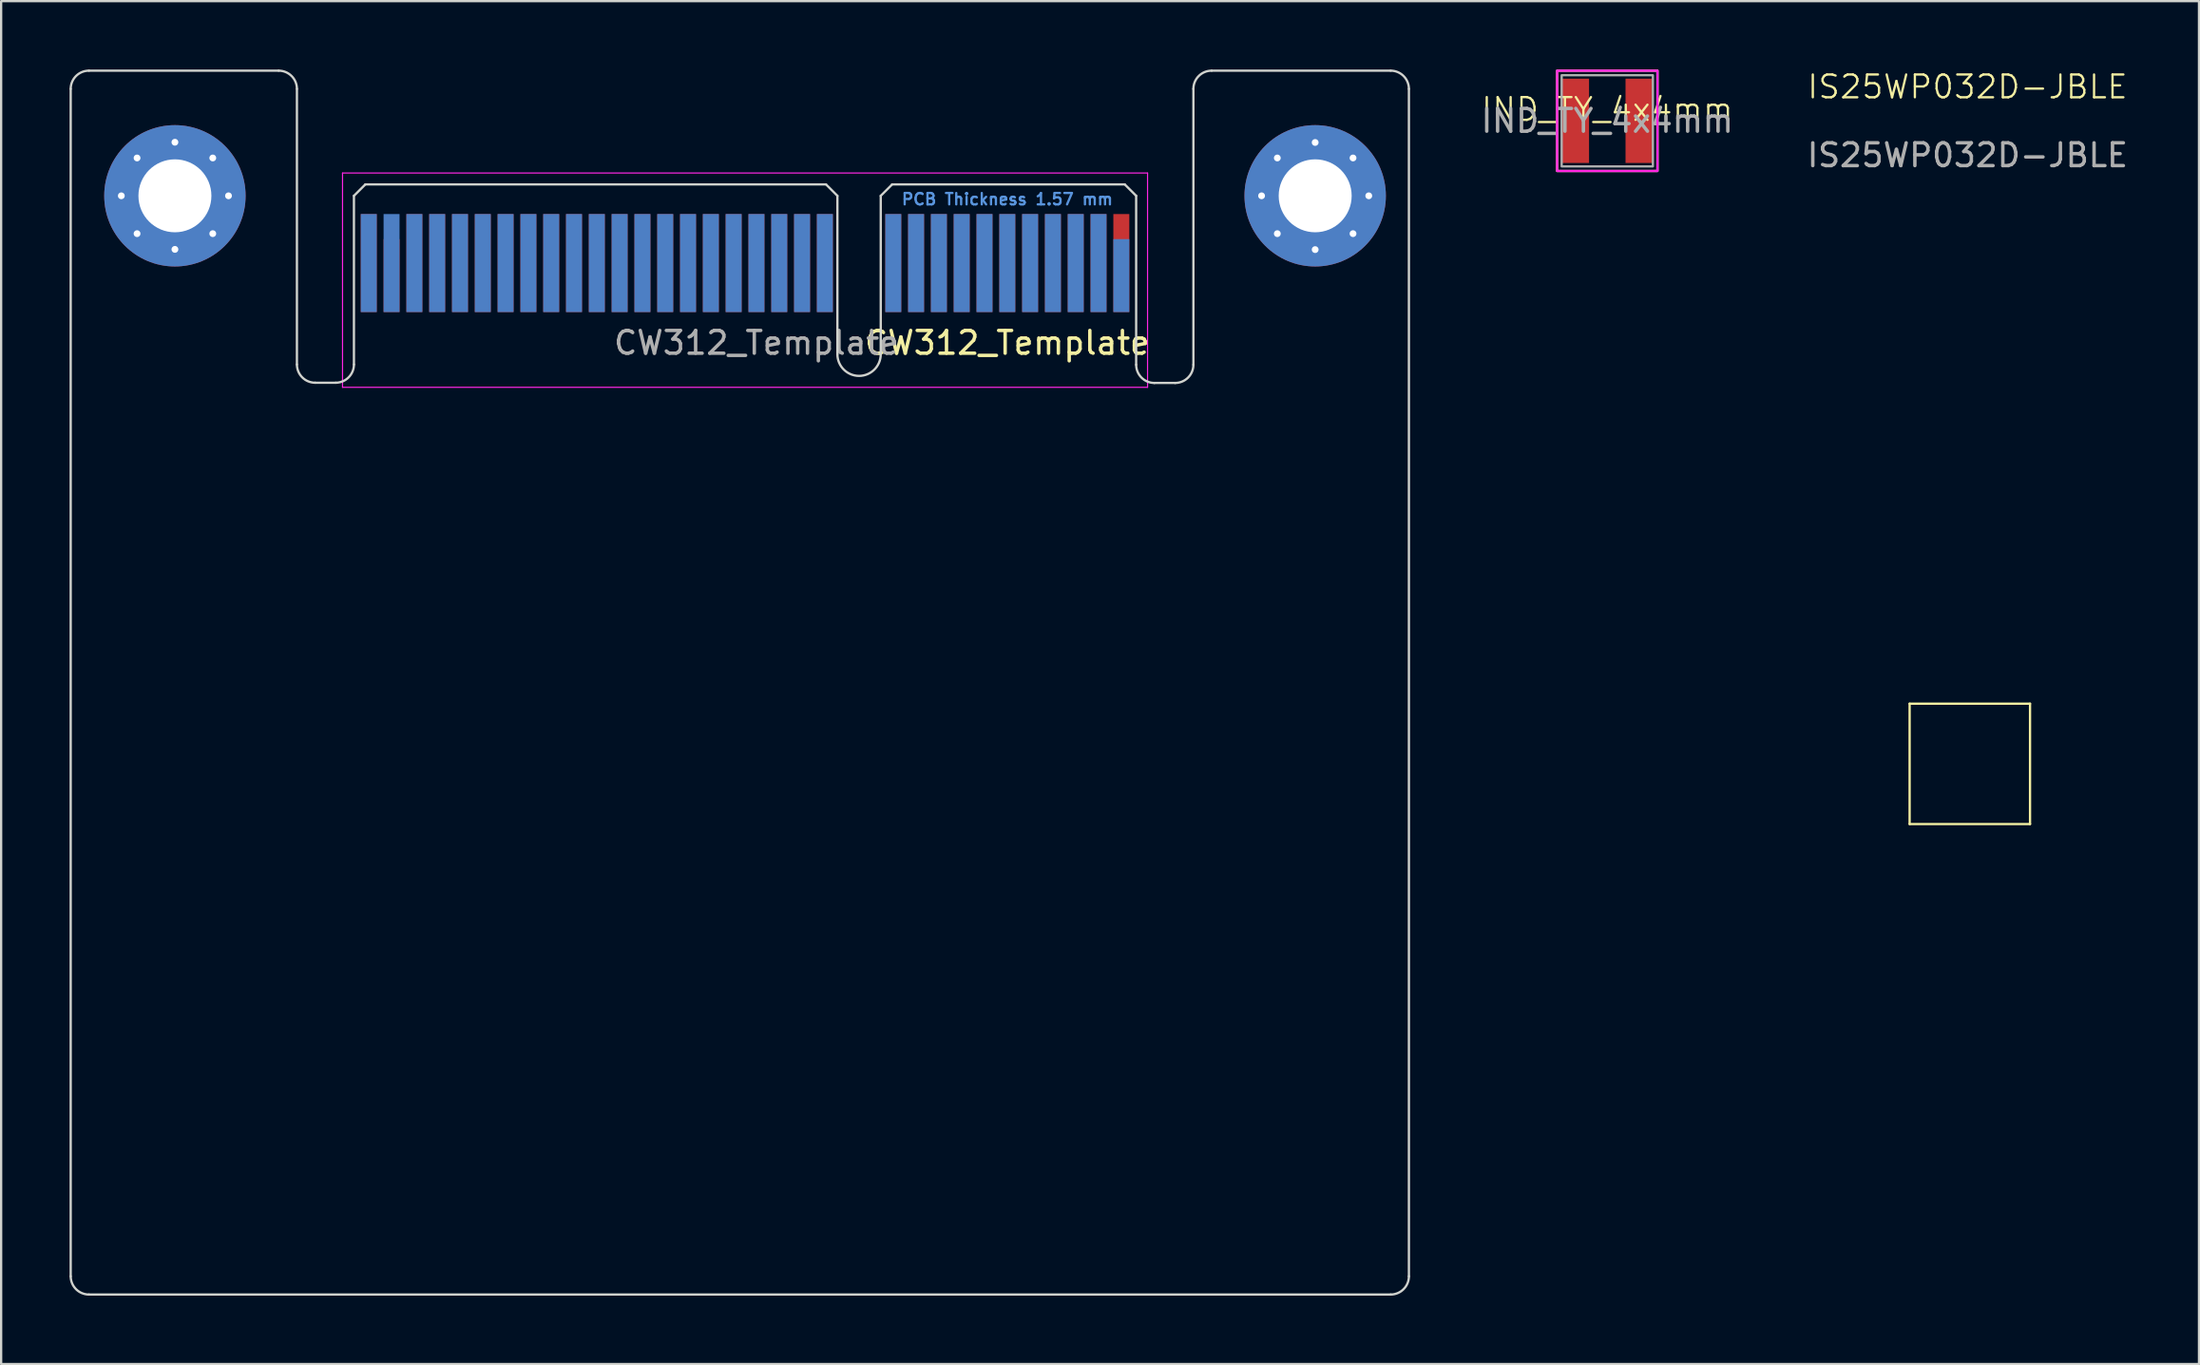
<source format=kicad_pcb>
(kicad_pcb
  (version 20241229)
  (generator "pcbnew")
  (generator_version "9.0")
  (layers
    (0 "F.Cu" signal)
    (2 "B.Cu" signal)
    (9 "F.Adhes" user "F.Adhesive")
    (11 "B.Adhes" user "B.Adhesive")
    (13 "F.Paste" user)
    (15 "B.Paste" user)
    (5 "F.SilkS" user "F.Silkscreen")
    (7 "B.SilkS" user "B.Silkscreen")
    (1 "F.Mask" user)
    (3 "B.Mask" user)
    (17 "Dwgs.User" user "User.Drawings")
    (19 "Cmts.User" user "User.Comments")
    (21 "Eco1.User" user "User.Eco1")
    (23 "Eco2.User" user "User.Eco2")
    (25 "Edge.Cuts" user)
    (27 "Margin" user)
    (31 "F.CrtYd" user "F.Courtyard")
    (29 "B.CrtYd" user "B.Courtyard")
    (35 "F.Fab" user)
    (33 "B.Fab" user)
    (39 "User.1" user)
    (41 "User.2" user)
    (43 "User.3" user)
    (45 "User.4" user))
  (footprint "IS25WP032D-JBLE"
    (layer "F.Cu")
    (at 83.326 30.46)
    (property "Reference" "IS25WP032D-JBLE" (at -0.1 -29.7 0) (unlocked yes) (layer "F.SilkS") (effects (font (size 1 1) (thickness 0.1))))
    (attr smd)
    (fp_line (start -2.64 -2.64) (end -2.64 2.64) (stroke (width 0.1) (type default)) (layer "F.SilkS"))
    (fp_line (start -2.64 -2.64) (end 2.64 -2.64) (stroke (width 0.1) (type default)) (layer "F.SilkS"))
    (fp_line (start -2.64 2.64) (end 2.64 2.64) (stroke (width 0.1) (type default)) (layer "F.SilkS"))
    (fp_line (start 2.64 2.64) (end 2.64 -2.64) (stroke (width 0.1) (type default)) (layer "F.SilkS"))
    (fp_text user "${REFERENCE}" (at -0.1 -26.7 0) (unlocked yes) (layer "F.Fab") (effects (font (size 1 1) (thickness 0.15)))))
  (footprint "CW312_Template"
    (layer "F.Cu")
    (at 4.62 5.54)
    (property "Reference" "CW312_Template" (at 36.5 6.45 180) (layer "F.SilkS") (effects (font (size 1 1) (thickness 0.15))))
    (attr exclude_from_pos_files exclude_from_bom)
    (fp_line (start -4.57 -4.69) (end -4.57 47.4) (stroke (width 0.1) (type default)) (layer "Edge.Cuts"))
    (fp_line (start 4.55 -5.49) (end -3.77 -5.49) (stroke (width 0.1) (type default)) (layer "Edge.Cuts"))
    (fp_line (start 5.35 7.4) (end 5.35 -4.69) (stroke (width 0.1) (type default)) (layer "Edge.Cuts"))
    (fp_line (start 7.05 8.2) (end 6.15 8.2) (stroke (width 0.1) (type default)) (layer "Edge.Cuts"))
    (fp_line (start 7.85 0) (end 8.35 -0.5) (stroke (width 0.1) (type solid)) (layer "Edge.Cuts"))
    (fp_line (start 7.85 7.4) (end 7.85 0) (stroke (width 0.1) (type solid)) (layer "Edge.Cuts"))
    (fp_line (start 28.55 -0.5) (end 8.35 -0.5) (stroke (width 0.1) (type solid)) (layer "Edge.Cuts"))
    (fp_line (start 29.05 0) (end 28.55 -0.5) (stroke (width 0.1) (type solid)) (layer "Edge.Cuts"))
    (fp_line (start 29.05 6.95) (end 29.05 0) (stroke (width 0.1) (type solid)) (layer "Edge.Cuts"))
    (fp_line (start 30.95 0) (end 31.45 -0.5) (stroke (width 0.1) (type solid)) (layer "Edge.Cuts"))
    (fp_line (start 30.95 6.95) (end 30.95 0) (stroke (width 0.1) (type solid)) (layer "Edge.Cuts"))
    (fp_line (start 41.65 -0.5) (end 31.45 -0.5) (stroke (width 0.1) (type solid)) (layer "Edge.Cuts"))
    (fp_line (start 42.15 0) (end 41.65 -0.5) (stroke (width 0.1) (type solid)) (layer "Edge.Cuts"))
    (fp_line (start 42.15 7.41) (end 42.15 0) (stroke (width 0.1) (type solid)) (layer "Edge.Cuts"))
    (fp_line (start 42.95 8.21) (end 43.86 8.21) (stroke (width 0.1) (type default)) (layer "Edge.Cuts"))
    (fp_line (start 44.66 7.41) (end 44.66 -4.69) (stroke (width 0.1) (type default)) (layer "Edge.Cuts"))
    (fp_line (start 45.46 -5.49) (end 53.31 -5.49) (stroke (width 0.1) (type default)) (layer "Edge.Cuts"))
    (fp_line (start 53.31 48.2) (end -3.77 48.2) (stroke (width 0.1) (type default)) (layer "Edge.Cuts"))
    (fp_line (start 54.11 -4.69) (end 54.11 47.4) (stroke (width 0.1) (type default)) (layer "Edge.Cuts"))
    (fp_arc (start -4.57 -4.69) (mid -4.335685 -5.255685) (end -3.77 -5.49) (stroke (width 0.1) (type default)) (layer "Edge.Cuts"))
    (fp_arc (start -3.77 48.2) (mid -4.335685 47.965685) (end -4.57 47.4) (stroke (width 0.1) (type default)) (layer "Edge.Cuts"))
    (fp_arc (start 4.55 -5.49) (mid 5.115685 -5.255685) (end 5.35 -4.69) (stroke (width 0.1) (type default)) (layer "Edge.Cuts"))
    (fp_arc (start 6.15 8.2) (mid 5.584315 7.965685) (end 5.35 7.4) (stroke (width 0.1) (type default)) (layer "Edge.Cuts"))
    (fp_arc (start 7.85 7.4) (mid 7.615685 7.965685) (end 7.05 8.2) (stroke (width 0.1) (type default)) (layer "Edge.Cuts"))
    (fp_arc (start 30.95 6.95) (mid 30 7.9) (end 29.05 6.95) (stroke (width 0.1) (type solid)) (layer "Edge.Cuts"))
    (fp_arc (start 42.95 8.21) (mid 42.384315 7.975685) (end 42.15 7.41) (stroke (width 0.1) (type default)) (layer "Edge.Cuts"))
    (fp_arc (start 44.66 -4.69) (mid 44.894315 -5.255685) (end 45.46 -5.49) (stroke (width 0.1) (type default)) (layer "Edge.Cuts"))
    (fp_arc (start 44.66 7.41) (mid 44.425685 7.975685) (end 43.86 8.21) (stroke (width 0.1) (type default)) (layer "Edge.Cuts"))
    (fp_arc (start 53.31 -5.49) (mid 53.875685 -5.255685) (end 54.11 -4.69) (stroke (width 0.1) (type default)) (layer "Edge.Cuts"))
    (fp_arc (start 54.11 47.4) (mid 53.875685 47.965685) (end 53.31 48.2) (stroke (width 0.1) (type default)) (layer "Edge.Cuts"))
    (fp_line (start 7.35 -1) (end 7.35 8.4) (stroke (width 0.05) (type solid)) (layer "F.CrtYd"))
    (fp_line (start 7.35 -1) (end 42.65 -1) (stroke (width 0.05) (type solid)) (layer "F.CrtYd"))
    (fp_line (start 42.65 8.4) (end 7.35 8.4) (stroke (width 0.05) (type solid)) (layer "F.CrtYd"))
    (fp_line (start 42.65 8.4) (end 42.65 -1) (stroke (width 0.05) (type solid)) (layer "F.CrtYd"))
    (fp_text user "PCB Thickness 1.57 mm" (at 36.5 0.15 0) (layer "Cmts.User") (effects (font (size 0.5 0.5) (thickness 0.1))))
    (fp_text user "${REFERENCE}" (at 25.5 6.45 180) (layer "F.Fab") (effects (font (size 1 1) (thickness 0.15))))
    (pad "A1" connect rect (at 41.5 3.5 180) (size 0.7 3.2) (layers "B.Cu" "B.Mask"))
    (pad "A2" connect rect (at 40.5 2.95 180) (size 0.7 4.3) (layers "B.Cu" "B.Mask"))
    (pad "A3" connect rect (at 39.5 2.95 180) (size 0.7 4.3) (layers "B.Cu" "B.Mask"))
    (pad "A4" connect rect (at 38.5 2.95 180) (size 0.7 4.3) (layers "B.Cu" "B.Mask"))
    (pad "A5" connect rect (at 37.5 2.95 180) (size 0.7 4.3) (layers "B.Cu" "B.Mask"))
    (pad "A6" connect rect (at 36.5 2.95 180) (size 0.7 4.3) (layers "B.Cu" "B.Mask"))
    (pad "A7" connect rect (at 35.5 2.95 180) (size 0.7 4.3) (layers "B.Cu" "B.Mask"))
    (pad "A8" connect rect (at 34.5 2.95 180) (size 0.7 4.3) (layers "B.Cu" "B.Mask"))
    (pad "A9" connect rect (at 33.5 2.95 180) (size 0.7 4.3) (layers "B.Cu" "B.Mask"))
    (pad "A10" connect rect (at 32.5 2.95 180) (size 0.7 4.3) (layers "B.Cu" "B.Mask"))
    (pad "A11" connect rect (at 31.5 2.95 180) (size 0.7 4.3) (layers "B.Cu" "B.Mask"))
    (pad "A12" connect rect (at 28.5 2.95 180) (size 0.7 4.3) (layers "B.Cu" "B.Mask"))
    (pad "A13" connect rect (at 27.5 2.95 180) (size 0.7 4.3) (layers "B.Cu" "B.Mask"))
    (pad "A14" connect rect (at 26.5 2.95 180) (size 0.7 4.3) (layers "B.Cu" "B.Mask"))
    (pad "A15" connect rect (at 25.5 2.95 180) (size 0.7 4.3) (layers "B.Cu" "B.Mask"))
    (pad "A16" connect rect (at 24.5 2.95 180) (size 0.7 4.3) (layers "B.Cu" "B.Mask"))
    (pad "A17" connect rect (at 23.5 2.95 180) (size 0.7 4.3) (layers "B.Cu" "B.Mask"))
    (pad "A18" connect rect (at 22.5 2.95 180) (size 0.7 4.3) (layers "B.Cu" "B.Mask"))
    (pad "A19" connect rect (at 21.5 2.95 180) (size 0.7 4.3) (layers "B.Cu" "B.Mask"))
    (pad "A20" connect rect (at 20.5 2.95 180) (size 0.7 4.3) (layers "B.Cu" "B.Mask"))
    (pad "A21" connect rect (at 19.5 2.95 180) (size 0.7 4.3) (layers "B.Cu" "B.Mask"))
    (pad "A22" connect rect (at 18.5 2.95 180) (size 0.7 4.3) (layers "B.Cu" "B.Mask"))
    (pad "A23" connect rect (at 17.5 2.95 180) (size 0.7 4.3) (layers "B.Cu" "B.Mask"))
    (pad "A24" connect rect (at 16.5 2.95 180) (size 0.7 4.3) (layers "B.Cu" "B.Mask"))
    (pad "A25" connect rect (at 15.5 2.95 180) (size 0.7 4.3) (layers "B.Cu" "B.Mask"))
    (pad "A26" connect rect (at 14.5 2.95 180) (size 0.7 4.3) (layers "B.Cu" "B.Mask"))
    (pad "A27" connect rect (at 13.5 2.95 180) (size 0.7 4.3) (layers "B.Cu" "B.Mask"))
    (pad "A28" connect rect (at 12.5 2.95 180) (size 0.7 4.3) (layers "B.Cu" "B.Mask"))
    (pad "A29" connect rect (at 11.5 2.95 180) (size 0.7 4.3) (layers "B.Cu" "B.Mask"))
    (pad "A30" connect rect (at 10.5 2.95 180) (size 0.7 4.3) (layers "B.Cu" "B.Mask"))
    (pad "A31" connect rect (at 9.5 2.95 180) (size 0.7 4.3) (layers "B.Cu" "B.Mask"))
    (pad "A32" connect rect (at 8.5 2.95 180) (size 0.7 4.3) (layers "B.Cu" "B.Mask"))
    (pad "B1" connect rect (at 41.5 2.95 180) (size 0.7 4.3) (layers "F.Cu" "F.Mask"))
    (pad "B2" connect rect (at 40.5 2.95 180) (size 0.7 4.3) (layers "F.Cu" "F.Mask"))
    (pad "B3" connect rect (at 39.5 2.95 180) (size 0.7 4.3) (layers "F.Cu" "F.Mask"))
    (pad "B4" connect rect (at 38.5 2.95 180) (size 0.7 4.3) (layers "F.Cu" "F.Mask"))
    (pad "B5" connect rect (at 37.5 2.95 180) (size 0.7 4.3) (layers "F.Cu" "F.Mask"))
    (pad "B6" connect rect (at 36.5 2.95 180) (size 0.7 4.3) (layers "F.Cu" "F.Mask"))
    (pad "B7" connect rect (at 35.5 2.95 180) (size 0.7 4.3) (layers "F.Cu" "F.Mask"))
    (pad "B8" connect rect (at 34.5 2.95 180) (size 0.7 4.3) (layers "F.Cu" "F.Mask"))
    (pad "B9" connect rect (at 33.5 2.95 180) (size 0.7 4.3) (layers "F.Cu" "F.Mask"))
    (pad "B10" connect rect (at 32.5 2.95 180) (size 0.7 4.3) (layers "F.Cu" "F.Mask"))
    (pad "B11" connect rect (at 31.5 2.95 180) (size 0.7 4.3) (layers "F.Cu" "F.Mask"))
    (pad "B12" connect rect (at 28.5 2.95 180) (size 0.7 4.3) (layers "F.Cu" "F.Mask"))
    (pad "B13" connect rect (at 27.5 2.95 180) (size 0.7 4.3) (layers "F.Cu" "F.Mask"))
    (pad "B14" connect rect (at 26.5 2.95 180) (size 0.7 4.3) (layers "F.Cu" "F.Mask"))
    (pad "B15" connect rect (at 25.5 2.95 180) (size 0.7 4.3) (layers "F.Cu" "F.Mask"))
    (pad "B16" connect rect (at 24.5 2.95 180) (size 0.7 4.3) (layers "F.Cu" "F.Mask"))
    (pad "B17" connect rect (at 23.5 2.95 180) (size 0.7 4.3) (layers "F.Cu" "F.Mask"))
    (pad "B18" connect rect (at 22.5 2.95 180) (size 0.7 4.3) (layers "F.Cu" "F.Mask"))
    (pad "B19" connect rect (at 21.5 2.95 180) (size 0.7 4.3) (layers "F.Cu" "F.Mask"))
    (pad "B20" connect rect (at 20.5 2.95 180) (size 0.7 4.3) (layers "F.Cu" "F.Mask"))
    (pad "B21" connect rect (at 19.5 2.95 180) (size 0.7 4.3) (layers "F.Cu" "F.Mask"))
    (pad "B22" connect rect (at 18.5 2.95 180) (size 0.7 4.3) (layers "F.Cu" "F.Mask"))
    (pad "B23" connect rect (at 17.5 2.95 180) (size 0.7 4.3) (layers "F.Cu" "F.Mask"))
    (pad "B24" connect rect (at 16.5 2.95 180) (size 0.7 4.3) (layers "F.Cu" "F.Mask"))
    (pad "B25" connect rect (at 15.5 2.95 180) (size 0.7 4.3) (layers "F.Cu" "F.Mask"))
    (pad "B26" connect rect (at 14.5 2.95 180) (size 0.7 4.3) (layers "F.Cu" "F.Mask"))
    (pad "B27" connect rect (at 13.5 2.95 180) (size 0.7 4.3) (layers "F.Cu" "F.Mask"))
    (pad "B28" connect rect (at 12.5 2.95 180) (size 0.7 4.3) (layers "F.Cu" "F.Mask"))
    (pad "B29" connect rect (at 11.5 2.95 180) (size 0.7 4.3) (layers "F.Cu" "F.Mask"))
    (pad "B30" connect rect (at 10.5 2.95 180) (size 0.7 4.3) (layers "F.Cu" "F.Mask"))
    (pad "B31" connect rect (at 9.5 3.5 180) (size 0.7 3.2) (layers "F.Cu" "F.Mask"))
    (pad "B32" connect rect (at 8.5 2.95 180) (size 0.7 4.3) (layers "F.Cu" "F.Mask"))
    (pad "MH" thru_hole circle (at -2.35 0) (size 1 1) (drill 0.3) (layers "*.Cu" "*.Mask"))
    (pad "MH" thru_hole circle (at -1.66 -1.66) (size 1 1) (drill 0.3) (layers "*.Cu" "*.Mask"))
    (pad "MH" thru_hole circle (at -1.66 1.66) (size 1 1) (drill 0.3) (layers "*.Cu" "*.Mask"))
    (pad "MH" thru_hole circle (at 0 -2.35) (size 1 1) (drill 0.3) (layers "*.Cu" "*.Mask"))
    (pad "MH" thru_hole circle (at 0 0) (size 6.2 6.2) (drill 3.2) (layers "*.Cu" "*.Mask"))
    (pad "MH" thru_hole circle (at 0 2.35) (size 1 1) (drill 0.3) (layers "*.Cu" "*.Mask"))
    (pad "MH" thru_hole circle (at 1.66 -1.66) (size 1 1) (drill 0.3) (layers "*.Cu" "*.Mask"))
    (pad "MH" thru_hole circle (at 1.66 1.66) (size 1 1) (drill 0.3) (layers "*.Cu" "*.Mask"))
    (pad "MH" thru_hole circle (at 2.35 0) (size 1 1) (drill 0.3) (layers "*.Cu" "*.Mask"))
    (pad "MH" thru_hole circle (at 47.65 0) (size 1 1) (drill 0.3) (layers "*.Cu" "*.Mask"))
    (pad "MH" thru_hole circle (at 48.34 -1.66) (size 1 1) (drill 0.3) (layers "*.Cu" "*.Mask"))
    (pad "MH" thru_hole circle (at 48.34 1.66) (size 1 1) (drill 0.3) (layers "*.Cu" "*.Mask"))
    (pad "MH" thru_hole circle (at 50 -2.34) (size 1 1) (drill 0.3) (layers "*.Cu" "*.Mask"))
    (pad "MH" thru_hole circle (at 50 0) (size 6.2 6.2) (drill 3.2) (layers "*.Cu" "*.Mask"))
    (pad "MH" thru_hole circle (at 50 2.36) (size 1 1) (drill 0.3) (layers "*.Cu" "*.Mask"))
    (pad "MH" thru_hole circle (at 51.66 -1.66) (size 1 1) (drill 0.3) (layers "*.Cu" "*.Mask"))
    (pad "MH" thru_hole circle (at 51.66 1.66) (size 1 1) (drill 0.3) (layers "*.Cu" "*.Mask"))
    (pad "MH" thru_hole circle (at 52.35 0) (size 1 1) (drill 0.3) (layers "*.Cu" "*.Mask")))
  (footprint "IND_TY_4x4mm"
    (layer "F.Cu")
    (at 67.429 2.25)
    (property "Reference" "IND_TY_4x4mm" (at 0 -0.5 0) (unlocked yes) (layer "F.SilkS") (effects (font (size 1 1) (thickness 0.1))))
    (attr smd)
    (fp_rect (start -2.2 -2.2) (end 2.2 2.2) (stroke (width 0.1) (type default)) (fill no) (layer "F.SilkS"))
    (fp_rect (start -2.2 -2.2) (end 2.2 2.2) (stroke (width 0.1) (type default)) (fill no) (layer "F.CrtYd"))
    (fp_rect (start 2 2) (end -2 -2) (stroke (width 0.1) (type default)) (fill no) (layer "F.Fab"))
    (fp_text user "${REFERENCE}" (at 0 0 0) (unlocked yes) (layer "F.Fab") (effects (font (size 1 1) (thickness 0.15))))
    (pad "1" smd rect (at -1.4 0) (size 1.2 3.7) (layers "F.Cu" "F.Mask" "F.Paste"))
    (pad "2" smd rect (at 1.4 0) (size 1.2 3.7) (layers "F.Cu" "F.Mask" "F.Paste")))
  (gr_rect
    (start -3 -3)
    (end 93.375 56.79)
    (stroke (width 0.1) (type default))
    (fill no)
    (layer "Edge.Cuts")))
</source>
